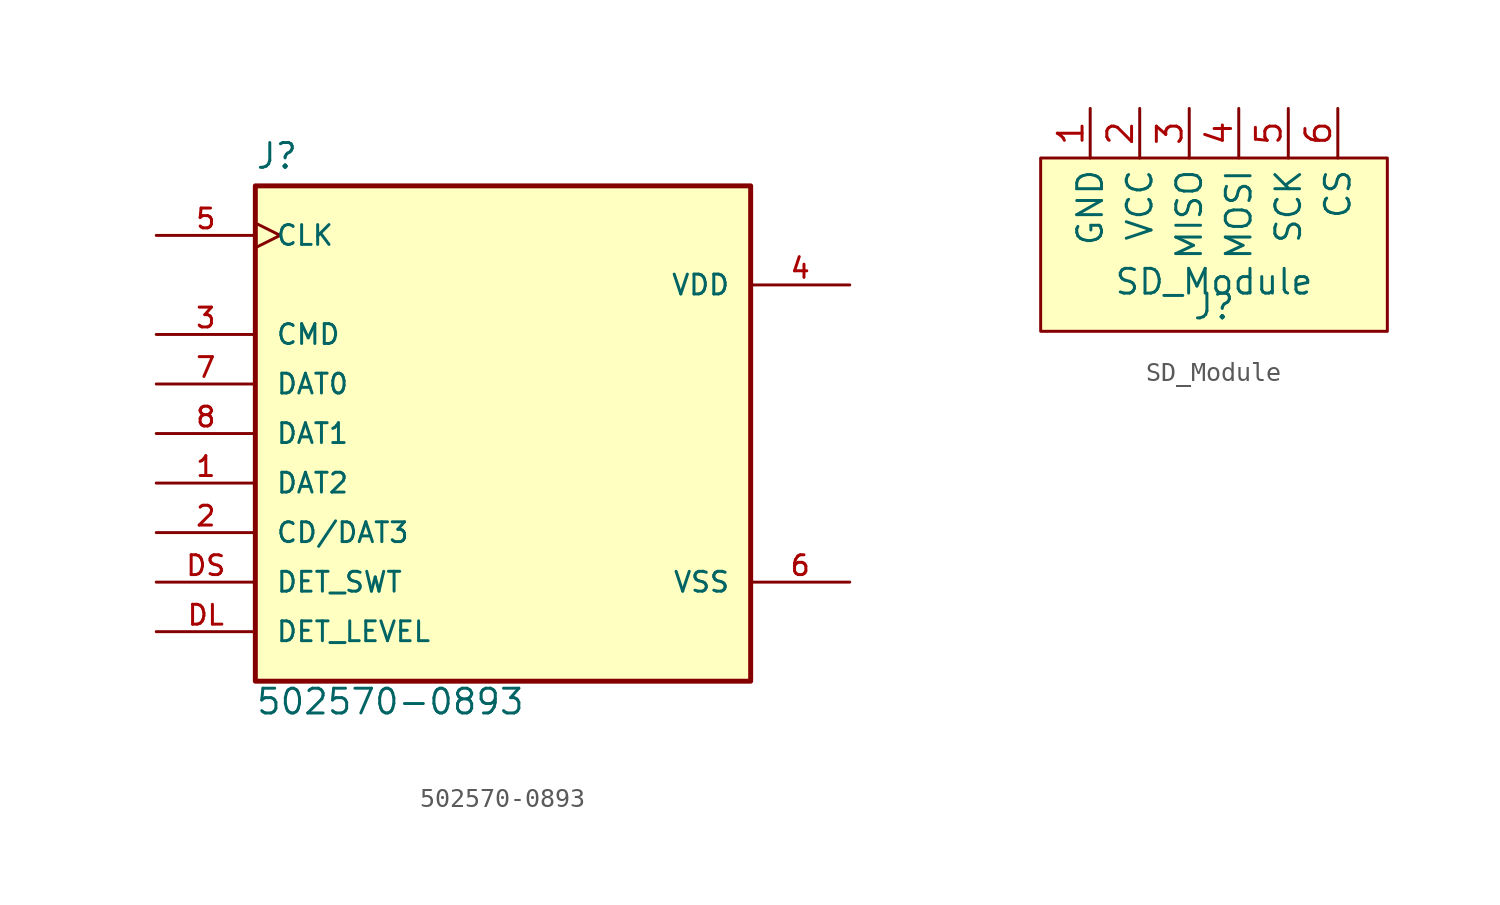
<source format=kicad_sym>
(kicad_symbol_lib
  (version 20220914)
  (generator kicad_symbol_editor)
  (symbol "502570-0893"
    (pin_names
      (offset 1.016))
    (property "Reference" "J"
      (at -12.724 13.487 0)
      (effects (font (size 1.27 1.27)) (justify left bottom)))
    (property "Value" "502570-0893"
      (at -12.713 -14.493 0)
      (effects (font (size 1.27 1.27)) (justify left bottom)))
    (symbol "502570-0893_0_0"
      (rectangle (start -12.7 -12.7) (end 12.7 12.7) (stroke (width 0.254) (type default)) (fill (type background)))
      (pin bidirectional line (at -17.78 -2.54 0) (length 5.08) (name "DAT2" (effects (font (size 1.016 1.016)))) (number "1" (effects (font (size 1.016 1.016)))))
      (pin bidirectional line (at -17.78 -5.08 0) (length 5.08) (name "CD/DAT3" (effects (font (size 1.016 1.016)))) (number "2" (effects (font (size 1.016 1.016)))))
      (pin bidirectional line (at -17.78 5.08 0) (length 5.08) (name "CMD" (effects (font (size 1.016 1.016)))) (number "3" (effects (font (size 1.016 1.016)))))
      (pin power_in line (at 17.78 7.62 180) (length 5.08) (name "VDD" (effects (font (size 1.016 1.016)))) (number "4" (effects (font (size 1.016 1.016)))))
      (pin input clock (at -17.78 10.16 0) (length 5.08) (name "CLK" (effects (font (size 1.016 1.016)))) (number "5" (effects (font (size 1.016 1.016)))))
      (pin power_in line (at 17.78 -7.62 180) (length 5.08) (name "VSS" (effects (font (size 1.016 1.016)))) (number "6" (effects (font (size 1.016 1.016)))))
      (pin bidirectional line (at -17.78 2.54 0) (length 5.08) (name "DAT0" (effects (font (size 1.016 1.016)))) (number "7" (effects (font (size 1.016 1.016)))))
      (pin bidirectional line (at -17.78 0 0) (length 5.08) (name "DAT1" (effects (font (size 1.016 1.016)))) (number "8" (effects (font (size 1.016 1.016)))))
      (pin passive line (at -17.78 -10.16 0) (length 5.08) (name "DET_LEVEL" (effects (font (size 1.016 1.016)))) (number "DL" (effects (font (size 1.016 1.016)))))
      (pin passive line (at -17.78 -7.62 0) (length 5.08) (name "DET_SWT" (effects (font (size 1.016 1.016)))) (number "DS" (effects (font (size 1.016 1.016)))))))
  (symbol "SD_Module"
    (property "Reference" "J"
      (at 1.27 -3.81 0)
      (effects (font (size 1.27 1.27))))
    (property "Value" "SD_Module"
      (at 1.27 -2.54 0)
      (effects (font (size 1.27 1.27))))
    (symbol "SD_Module_0_1"
      (rectangle (start -7.62 3.81) (end 10.16 -5.08) (stroke (width 0) (type solid)) (fill (type background))))
    (symbol "SD_Module_1_1"
      (pin input line (at -5.08 6.35 270) (length 2.54) (name "GND" (effects (font (size 1.27 1.27)))) (number "1" (effects (font (size 1.27 1.27)))))
      (pin input line (at -2.54 6.35 270) (length 2.54) (name "VCC" (effects (font (size 1.27 1.27)))) (number "2" (effects (font (size 1.27 1.27)))))
      (pin input line (at 0 6.35 270) (length 2.54) (name "MISO" (effects (font (size 1.27 1.27)))) (number "3" (effects (font (size 1.27 1.27)))))
      (pin input line (at 2.54 6.35 270) (length 2.54) (name "MOSI" (effects (font (size 1.27 1.27)))) (number "4" (effects (font (size 1.27 1.27)))))
      (pin input line (at 5.08 6.35 270) (length 2.54) (name "SCK" (effects (font (size 1.27 1.27)))) (number "5" (effects (font (size 1.27 1.27)))))
      (pin input line (at 7.62 6.35 270) (length 2.54) (name "CS" (effects (font (size 1.27 1.27)))) (number "6" (effects (font (size 1.27 1.27))))))))
</source>
